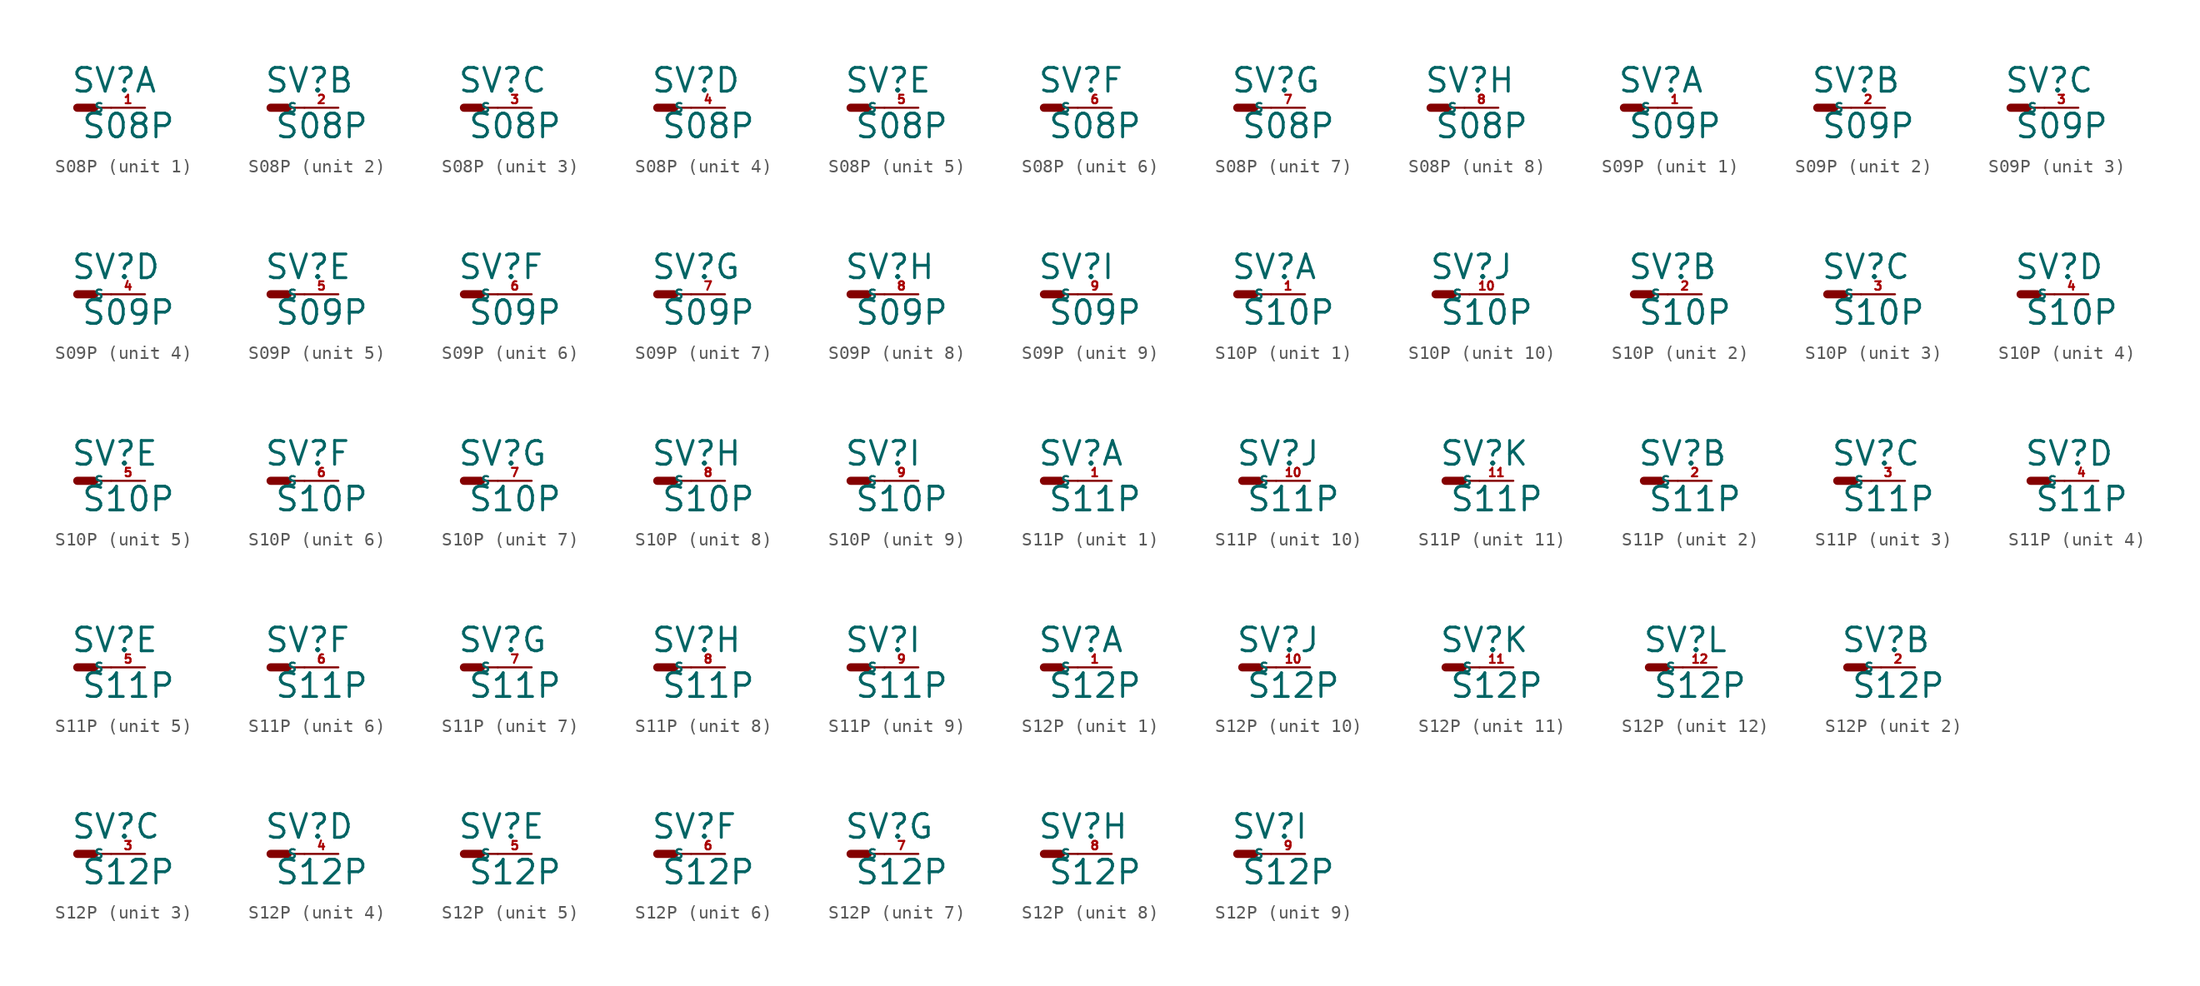
<source format=kicad_sym>
(kicad_symbol_lib
  (version 20220914)
  (generator Eagle2Kicad)
  (symbol "S08P"
    (property "Reference" "SV"
      (at -0.508 1.016 0)
      (effects (font (size 1.778 1.778) (thickness 0.22)) (justify left bottom)))
    (property "Value" "S08P"
      (at 0.254 -2.413 0)
      (effects (font (size 1.778 1.778) (thickness 0.22)) (justify left bottom)))
    (symbol "S08P_1_0"
      (polyline (pts (xy 1.27 0) (xy 2.54 0)) (stroke (width 0.152) (type default)) (fill (type none)))
      (polyline (pts (xy 0 0) (xy 1.27 0)) (stroke (width 0.61) (type default)) (fill (type none)))
      (pin passive line (at 5.08 0 180) (length 2.54) (name "S" (effects (font (size 0.635 0.635) (thickness 0.08)) (justify left bottom))) (number "1" (effects (font (size 0.635 0.635) (thickness 0.08)) (justify left bottom)))))
    (symbol "S08P_2_0"
      (polyline (pts (xy 1.27 0) (xy 2.54 0)) (stroke (width 0.152) (type default)) (fill (type none)))
      (polyline (pts (xy 0 0) (xy 1.27 0)) (stroke (width 0.61) (type default)) (fill (type none)))
      (pin passive line (at 5.08 0 180) (length 2.54) (name "S" (effects (font (size 0.635 0.635) (thickness 0.08)) (justify left bottom))) (number "2" (effects (font (size 0.635 0.635) (thickness 0.08)) (justify left bottom)))))
    (symbol "S08P_3_0"
      (polyline (pts (xy 1.27 0) (xy 2.54 0)) (stroke (width 0.152) (type default)) (fill (type none)))
      (polyline (pts (xy 0 0) (xy 1.27 0)) (stroke (width 0.61) (type default)) (fill (type none)))
      (pin passive line (at 5.08 0 180) (length 2.54) (name "S" (effects (font (size 0.635 0.635) (thickness 0.08)) (justify left bottom))) (number "3" (effects (font (size 0.635 0.635) (thickness 0.08)) (justify left bottom)))))
    (symbol "S08P_4_0"
      (polyline (pts (xy 1.27 0) (xy 2.54 0)) (stroke (width 0.152) (type default)) (fill (type none)))
      (polyline (pts (xy 0 0) (xy 1.27 0)) (stroke (width 0.61) (type default)) (fill (type none)))
      (pin passive line (at 5.08 0 180) (length 2.54) (name "S" (effects (font (size 0.635 0.635) (thickness 0.08)) (justify left bottom))) (number "4" (effects (font (size 0.635 0.635) (thickness 0.08)) (justify left bottom)))))
    (symbol "S08P_5_0"
      (polyline (pts (xy 1.27 0) (xy 2.54 0)) (stroke (width 0.152) (type default)) (fill (type none)))
      (polyline (pts (xy 0 0) (xy 1.27 0)) (stroke (width 0.61) (type default)) (fill (type none)))
      (pin passive line (at 5.08 0 180) (length 2.54) (name "S" (effects (font (size 0.635 0.635) (thickness 0.08)) (justify left bottom))) (number "5" (effects (font (size 0.635 0.635) (thickness 0.08)) (justify left bottom)))))
    (symbol "S08P_6_0"
      (polyline (pts (xy 1.27 0) (xy 2.54 0)) (stroke (width 0.152) (type default)) (fill (type none)))
      (polyline (pts (xy 0 0) (xy 1.27 0)) (stroke (width 0.61) (type default)) (fill (type none)))
      (pin passive line (at 5.08 0 180) (length 2.54) (name "S" (effects (font (size 0.635 0.635) (thickness 0.08)) (justify left bottom))) (number "6" (effects (font (size 0.635 0.635) (thickness 0.08)) (justify left bottom)))))
    (symbol "S08P_7_0"
      (polyline (pts (xy 1.27 0) (xy 2.54 0)) (stroke (width 0.152) (type default)) (fill (type none)))
      (polyline (pts (xy 0 0) (xy 1.27 0)) (stroke (width 0.61) (type default)) (fill (type none)))
      (pin passive line (at 5.08 0 180) (length 2.54) (name "S" (effects (font (size 0.635 0.635) (thickness 0.08)) (justify left bottom))) (number "7" (effects (font (size 0.635 0.635) (thickness 0.08)) (justify left bottom)))))
    (symbol "S08P_8_0"
      (polyline (pts (xy 1.27 0) (xy 2.54 0)) (stroke (width 0.152) (type default)) (fill (type none)))
      (polyline (pts (xy 0 0) (xy 1.27 0)) (stroke (width 0.61) (type default)) (fill (type none)))
      (pin passive line (at 5.08 0 180) (length 2.54) (name "S" (effects (font (size 0.635 0.635) (thickness 0.08)) (justify left bottom))) (number "8" (effects (font (size 0.635 0.635) (thickness 0.08)) (justify left bottom))))))
  (symbol "S09P"
    (property "Reference" "SV"
      (at -0.508 1.016 0)
      (effects (font (size 1.778 1.778) (thickness 0.22)) (justify left bottom)))
    (property "Value" "S09P"
      (at 0.254 -2.413 0)
      (effects (font (size 1.778 1.778) (thickness 0.22)) (justify left bottom)))
    (symbol "S09P_1_0"
      (polyline (pts (xy 1.27 0) (xy 2.54 0)) (stroke (width 0.152) (type default)) (fill (type none)))
      (polyline (pts (xy 0 0) (xy 1.27 0)) (stroke (width 0.61) (type default)) (fill (type none)))
      (pin passive line (at 5.08 0 180) (length 2.54) (name "S" (effects (font (size 0.635 0.635) (thickness 0.08)) (justify left bottom))) (number "1" (effects (font (size 0.635 0.635) (thickness 0.08)) (justify left bottom)))))
    (symbol "S09P_2_0"
      (polyline (pts (xy 1.27 0) (xy 2.54 0)) (stroke (width 0.152) (type default)) (fill (type none)))
      (polyline (pts (xy 0 0) (xy 1.27 0)) (stroke (width 0.61) (type default)) (fill (type none)))
      (pin passive line (at 5.08 0 180) (length 2.54) (name "S" (effects (font (size 0.635 0.635) (thickness 0.08)) (justify left bottom))) (number "2" (effects (font (size 0.635 0.635) (thickness 0.08)) (justify left bottom)))))
    (symbol "S09P_3_0"
      (polyline (pts (xy 1.27 0) (xy 2.54 0)) (stroke (width 0.152) (type default)) (fill (type none)))
      (polyline (pts (xy 0 0) (xy 1.27 0)) (stroke (width 0.61) (type default)) (fill (type none)))
      (pin passive line (at 5.08 0 180) (length 2.54) (name "S" (effects (font (size 0.635 0.635) (thickness 0.08)) (justify left bottom))) (number "3" (effects (font (size 0.635 0.635) (thickness 0.08)) (justify left bottom)))))
    (symbol "S09P_4_0"
      (polyline (pts (xy 1.27 0) (xy 2.54 0)) (stroke (width 0.152) (type default)) (fill (type none)))
      (polyline (pts (xy 0 0) (xy 1.27 0)) (stroke (width 0.61) (type default)) (fill (type none)))
      (pin passive line (at 5.08 0 180) (length 2.54) (name "S" (effects (font (size 0.635 0.635) (thickness 0.08)) (justify left bottom))) (number "4" (effects (font (size 0.635 0.635) (thickness 0.08)) (justify left bottom)))))
    (symbol "S09P_5_0"
      (polyline (pts (xy 1.27 0) (xy 2.54 0)) (stroke (width 0.152) (type default)) (fill (type none)))
      (polyline (pts (xy 0 0) (xy 1.27 0)) (stroke (width 0.61) (type default)) (fill (type none)))
      (pin passive line (at 5.08 0 180) (length 2.54) (name "S" (effects (font (size 0.635 0.635) (thickness 0.08)) (justify left bottom))) (number "5" (effects (font (size 0.635 0.635) (thickness 0.08)) (justify left bottom)))))
    (symbol "S09P_6_0"
      (polyline (pts (xy 1.27 0) (xy 2.54 0)) (stroke (width 0.152) (type default)) (fill (type none)))
      (polyline (pts (xy 0 0) (xy 1.27 0)) (stroke (width 0.61) (type default)) (fill (type none)))
      (pin passive line (at 5.08 0 180) (length 2.54) (name "S" (effects (font (size 0.635 0.635) (thickness 0.08)) (justify left bottom))) (number "6" (effects (font (size 0.635 0.635) (thickness 0.08)) (justify left bottom)))))
    (symbol "S09P_7_0"
      (polyline (pts (xy 1.27 0) (xy 2.54 0)) (stroke (width 0.152) (type default)) (fill (type none)))
      (polyline (pts (xy 0 0) (xy 1.27 0)) (stroke (width 0.61) (type default)) (fill (type none)))
      (pin passive line (at 5.08 0 180) (length 2.54) (name "S" (effects (font (size 0.635 0.635) (thickness 0.08)) (justify left bottom))) (number "7" (effects (font (size 0.635 0.635) (thickness 0.08)) (justify left bottom)))))
    (symbol "S09P_8_0"
      (polyline (pts (xy 1.27 0) (xy 2.54 0)) (stroke (width 0.152) (type default)) (fill (type none)))
      (polyline (pts (xy 0 0) (xy 1.27 0)) (stroke (width 0.61) (type default)) (fill (type none)))
      (pin passive line (at 5.08 0 180) (length 2.54) (name "S" (effects (font (size 0.635 0.635) (thickness 0.08)) (justify left bottom))) (number "8" (effects (font (size 0.635 0.635) (thickness 0.08)) (justify left bottom)))))
    (symbol "S09P_9_0"
      (polyline (pts (xy 1.27 0) (xy 2.54 0)) (stroke (width 0.152) (type default)) (fill (type none)))
      (polyline (pts (xy 0 0) (xy 1.27 0)) (stroke (width 0.61) (type default)) (fill (type none)))
      (pin passive line (at 5.08 0 180) (length 2.54) (name "S" (effects (font (size 0.635 0.635) (thickness 0.08)) (justify left bottom))) (number "9" (effects (font (size 0.635 0.635) (thickness 0.08)) (justify left bottom))))))
  (symbol "S10P"
    (property "Reference" "SV"
      (at -0.508 1.016 0)
      (effects (font (size 1.778 1.778) (thickness 0.22)) (justify left bottom)))
    (property "Value" "S10P"
      (at 0.254 -2.413 0)
      (effects (font (size 1.778 1.778) (thickness 0.22)) (justify left bottom)))
    (symbol "S10P_1_0"
      (polyline (pts (xy 1.27 0) (xy 2.54 0)) (stroke (width 0.152) (type default)) (fill (type none)))
      (polyline (pts (xy 0 0) (xy 1.27 0)) (stroke (width 0.61) (type default)) (fill (type none)))
      (pin passive line (at 5.08 0 180) (length 2.54) (name "S" (effects (font (size 0.635 0.635) (thickness 0.08)) (justify left bottom))) (number "1" (effects (font (size 0.635 0.635) (thickness 0.08)) (justify left bottom)))))
    (symbol "S10P_2_0"
      (polyline (pts (xy 1.27 0) (xy 2.54 0)) (stroke (width 0.152) (type default)) (fill (type none)))
      (polyline (pts (xy 0 0) (xy 1.27 0)) (stroke (width 0.61) (type default)) (fill (type none)))
      (pin passive line (at 5.08 0 180) (length 2.54) (name "S" (effects (font (size 0.635 0.635) (thickness 0.08)) (justify left bottom))) (number "2" (effects (font (size 0.635 0.635) (thickness 0.08)) (justify left bottom)))))
    (symbol "S10P_3_0"
      (polyline (pts (xy 1.27 0) (xy 2.54 0)) (stroke (width 0.152) (type default)) (fill (type none)))
      (polyline (pts (xy 0 0) (xy 1.27 0)) (stroke (width 0.61) (type default)) (fill (type none)))
      (pin passive line (at 5.08 0 180) (length 2.54) (name "S" (effects (font (size 0.635 0.635) (thickness 0.08)) (justify left bottom))) (number "3" (effects (font (size 0.635 0.635) (thickness 0.08)) (justify left bottom)))))
    (symbol "S10P_4_0"
      (polyline (pts (xy 1.27 0) (xy 2.54 0)) (stroke (width 0.152) (type default)) (fill (type none)))
      (polyline (pts (xy 0 0) (xy 1.27 0)) (stroke (width 0.61) (type default)) (fill (type none)))
      (pin passive line (at 5.08 0 180) (length 2.54) (name "S" (effects (font (size 0.635 0.635) (thickness 0.08)) (justify left bottom))) (number "4" (effects (font (size 0.635 0.635) (thickness 0.08)) (justify left bottom)))))
    (symbol "S10P_5_0"
      (polyline (pts (xy 1.27 0) (xy 2.54 0)) (stroke (width 0.152) (type default)) (fill (type none)))
      (polyline (pts (xy 0 0) (xy 1.27 0)) (stroke (width 0.61) (type default)) (fill (type none)))
      (pin passive line (at 5.08 0 180) (length 2.54) (name "S" (effects (font (size 0.635 0.635) (thickness 0.08)) (justify left bottom))) (number "5" (effects (font (size 0.635 0.635) (thickness 0.08)) (justify left bottom)))))
    (symbol "S10P_6_0"
      (polyline (pts (xy 1.27 0) (xy 2.54 0)) (stroke (width 0.152) (type default)) (fill (type none)))
      (polyline (pts (xy 0 0) (xy 1.27 0)) (stroke (width 0.61) (type default)) (fill (type none)))
      (pin passive line (at 5.08 0 180) (length 2.54) (name "S" (effects (font (size 0.635 0.635) (thickness 0.08)) (justify left bottom))) (number "6" (effects (font (size 0.635 0.635) (thickness 0.08)) (justify left bottom)))))
    (symbol "S10P_7_0"
      (polyline (pts (xy 1.27 0) (xy 2.54 0)) (stroke (width 0.152) (type default)) (fill (type none)))
      (polyline (pts (xy 0 0) (xy 1.27 0)) (stroke (width 0.61) (type default)) (fill (type none)))
      (pin passive line (at 5.08 0 180) (length 2.54) (name "S" (effects (font (size 0.635 0.635) (thickness 0.08)) (justify left bottom))) (number "7" (effects (font (size 0.635 0.635) (thickness 0.08)) (justify left bottom)))))
    (symbol "S10P_8_0"
      (polyline (pts (xy 1.27 0) (xy 2.54 0)) (stroke (width 0.152) (type default)) (fill (type none)))
      (polyline (pts (xy 0 0) (xy 1.27 0)) (stroke (width 0.61) (type default)) (fill (type none)))
      (pin passive line (at 5.08 0 180) (length 2.54) (name "S" (effects (font (size 0.635 0.635) (thickness 0.08)) (justify left bottom))) (number "8" (effects (font (size 0.635 0.635) (thickness 0.08)) (justify left bottom)))))
    (symbol "S10P_9_0"
      (polyline (pts (xy 1.27 0) (xy 2.54 0)) (stroke (width 0.152) (type default)) (fill (type none)))
      (polyline (pts (xy 0 0) (xy 1.27 0)) (stroke (width 0.61) (type default)) (fill (type none)))
      (pin passive line (at 5.08 0 180) (length 2.54) (name "S" (effects (font (size 0.635 0.635) (thickness 0.08)) (justify left bottom))) (number "9" (effects (font (size 0.635 0.635) (thickness 0.08)) (justify left bottom)))))
    (symbol "S10P_10_0"
      (polyline (pts (xy 1.27 0) (xy 2.54 0)) (stroke (width 0.152) (type default)) (fill (type none)))
      (polyline (pts (xy 0 0) (xy 1.27 0)) (stroke (width 0.61) (type default)) (fill (type none)))
      (pin passive line (at 5.08 0 180) (length 2.54) (name "S" (effects (font (size 0.635 0.635) (thickness 0.08)) (justify left bottom))) (number "10" (effects (font (size 0.635 0.635) (thickness 0.08)) (justify left bottom))))))
  (symbol "S11P"
    (property "Reference" "SV"
      (at -0.508 1.016 0)
      (effects (font (size 1.778 1.778) (thickness 0.22)) (justify left bottom)))
    (property "Value" "S11P"
      (at 0.254 -2.413 0)
      (effects (font (size 1.778 1.778) (thickness 0.22)) (justify left bottom)))
    (symbol "S11P_1_0"
      (polyline (pts (xy 1.27 0) (xy 2.54 0)) (stroke (width 0.152) (type default)) (fill (type none)))
      (polyline (pts (xy 0 0) (xy 1.27 0)) (stroke (width 0.61) (type default)) (fill (type none)))
      (pin passive line (at 5.08 0 180) (length 2.54) (name "S" (effects (font (size 0.635 0.635) (thickness 0.08)) (justify left bottom))) (number "1" (effects (font (size 0.635 0.635) (thickness 0.08)) (justify left bottom)))))
    (symbol "S11P_2_0"
      (polyline (pts (xy 1.27 0) (xy 2.54 0)) (stroke (width 0.152) (type default)) (fill (type none)))
      (polyline (pts (xy 0 0) (xy 1.27 0)) (stroke (width 0.61) (type default)) (fill (type none)))
      (pin passive line (at 5.08 0 180) (length 2.54) (name "S" (effects (font (size 0.635 0.635) (thickness 0.08)) (justify left bottom))) (number "2" (effects (font (size 0.635 0.635) (thickness 0.08)) (justify left bottom)))))
    (symbol "S11P_3_0"
      (polyline (pts (xy 1.27 0) (xy 2.54 0)) (stroke (width 0.152) (type default)) (fill (type none)))
      (polyline (pts (xy 0 0) (xy 1.27 0)) (stroke (width 0.61) (type default)) (fill (type none)))
      (pin passive line (at 5.08 0 180) (length 2.54) (name "S" (effects (font (size 0.635 0.635) (thickness 0.08)) (justify left bottom))) (number "3" (effects (font (size 0.635 0.635) (thickness 0.08)) (justify left bottom)))))
    (symbol "S11P_4_0"
      (polyline (pts (xy 1.27 0) (xy 2.54 0)) (stroke (width 0.152) (type default)) (fill (type none)))
      (polyline (pts (xy 0 0) (xy 1.27 0)) (stroke (width 0.61) (type default)) (fill (type none)))
      (pin passive line (at 5.08 0 180) (length 2.54) (name "S" (effects (font (size 0.635 0.635) (thickness 0.08)) (justify left bottom))) (number "4" (effects (font (size 0.635 0.635) (thickness 0.08)) (justify left bottom)))))
    (symbol "S11P_5_0"
      (polyline (pts (xy 1.27 0) (xy 2.54 0)) (stroke (width 0.152) (type default)) (fill (type none)))
      (polyline (pts (xy 0 0) (xy 1.27 0)) (stroke (width 0.61) (type default)) (fill (type none)))
      (pin passive line (at 5.08 0 180) (length 2.54) (name "S" (effects (font (size 0.635 0.635) (thickness 0.08)) (justify left bottom))) (number "5" (effects (font (size 0.635 0.635) (thickness 0.08)) (justify left bottom)))))
    (symbol "S11P_6_0"
      (polyline (pts (xy 1.27 0) (xy 2.54 0)) (stroke (width 0.152) (type default)) (fill (type none)))
      (polyline (pts (xy 0 0) (xy 1.27 0)) (stroke (width 0.61) (type default)) (fill (type none)))
      (pin passive line (at 5.08 0 180) (length 2.54) (name "S" (effects (font (size 0.635 0.635) (thickness 0.08)) (justify left bottom))) (number "6" (effects (font (size 0.635 0.635) (thickness 0.08)) (justify left bottom)))))
    (symbol "S11P_7_0"
      (polyline (pts (xy 1.27 0) (xy 2.54 0)) (stroke (width 0.152) (type default)) (fill (type none)))
      (polyline (pts (xy 0 0) (xy 1.27 0)) (stroke (width 0.61) (type default)) (fill (type none)))
      (pin passive line (at 5.08 0 180) (length 2.54) (name "S" (effects (font (size 0.635 0.635) (thickness 0.08)) (justify left bottom))) (number "7" (effects (font (size 0.635 0.635) (thickness 0.08)) (justify left bottom)))))
    (symbol "S11P_8_0"
      (polyline (pts (xy 1.27 0) (xy 2.54 0)) (stroke (width 0.152) (type default)) (fill (type none)))
      (polyline (pts (xy 0 0) (xy 1.27 0)) (stroke (width 0.61) (type default)) (fill (type none)))
      (pin passive line (at 5.08 0 180) (length 2.54) (name "S" (effects (font (size 0.635 0.635) (thickness 0.08)) (justify left bottom))) (number "8" (effects (font (size 0.635 0.635) (thickness 0.08)) (justify left bottom)))))
    (symbol "S11P_9_0"
      (polyline (pts (xy 1.27 0) (xy 2.54 0)) (stroke (width 0.152) (type default)) (fill (type none)))
      (polyline (pts (xy 0 0) (xy 1.27 0)) (stroke (width 0.61) (type default)) (fill (type none)))
      (pin passive line (at 5.08 0 180) (length 2.54) (name "S" (effects (font (size 0.635 0.635) (thickness 0.08)) (justify left bottom))) (number "9" (effects (font (size 0.635 0.635) (thickness 0.08)) (justify left bottom)))))
    (symbol "S11P_10_0"
      (polyline (pts (xy 1.27 0) (xy 2.54 0)) (stroke (width 0.152) (type default)) (fill (type none)))
      (polyline (pts (xy 0 0) (xy 1.27 0)) (stroke (width 0.61) (type default)) (fill (type none)))
      (pin passive line (at 5.08 0 180) (length 2.54) (name "S" (effects (font (size 0.635 0.635) (thickness 0.08)) (justify left bottom))) (number "10" (effects (font (size 0.635 0.635) (thickness 0.08)) (justify left bottom)))))
    (symbol "S11P_11_0"
      (polyline (pts (xy 1.27 0) (xy 2.54 0)) (stroke (width 0.152) (type default)) (fill (type none)))
      (polyline (pts (xy 0 0) (xy 1.27 0)) (stroke (width 0.61) (type default)) (fill (type none)))
      (pin passive line (at 5.08 0 180) (length 2.54) (name "S" (effects (font (size 0.635 0.635) (thickness 0.08)) (justify left bottom))) (number "11" (effects (font (size 0.635 0.635) (thickness 0.08)) (justify left bottom))))))
  (symbol "S12P"
    (property "Reference" "SV"
      (at -0.508 1.016 0)
      (effects (font (size 1.778 1.778) (thickness 0.22)) (justify left bottom)))
    (property "Value" "S12P"
      (at 0.254 -2.413 0)
      (effects (font (size 1.778 1.778) (thickness 0.22)) (justify left bottom)))
    (symbol "S12P_1_0"
      (polyline (pts (xy 1.27 0) (xy 2.54 0)) (stroke (width 0.152) (type default)) (fill (type none)))
      (polyline (pts (xy 0 0) (xy 1.27 0)) (stroke (width 0.61) (type default)) (fill (type none)))
      (pin passive line (at 5.08 0 180) (length 2.54) (name "S" (effects (font (size 0.635 0.635) (thickness 0.08)) (justify left bottom))) (number "1" (effects (font (size 0.635 0.635) (thickness 0.08)) (justify left bottom)))))
    (symbol "S12P_2_0"
      (polyline (pts (xy 1.27 0) (xy 2.54 0)) (stroke (width 0.152) (type default)) (fill (type none)))
      (polyline (pts (xy 0 0) (xy 1.27 0)) (stroke (width 0.61) (type default)) (fill (type none)))
      (pin passive line (at 5.08 0 180) (length 2.54) (name "S" (effects (font (size 0.635 0.635) (thickness 0.08)) (justify left bottom))) (number "2" (effects (font (size 0.635 0.635) (thickness 0.08)) (justify left bottom)))))
    (symbol "S12P_3_0"
      (polyline (pts (xy 1.27 0) (xy 2.54 0)) (stroke (width 0.152) (type default)) (fill (type none)))
      (polyline (pts (xy 0 0) (xy 1.27 0)) (stroke (width 0.61) (type default)) (fill (type none)))
      (pin passive line (at 5.08 0 180) (length 2.54) (name "S" (effects (font (size 0.635 0.635) (thickness 0.08)) (justify left bottom))) (number "3" (effects (font (size 0.635 0.635) (thickness 0.08)) (justify left bottom)))))
    (symbol "S12P_4_0"
      (polyline (pts (xy 1.27 0) (xy 2.54 0)) (stroke (width 0.152) (type default)) (fill (type none)))
      (polyline (pts (xy 0 0) (xy 1.27 0)) (stroke (width 0.61) (type default)) (fill (type none)))
      (pin passive line (at 5.08 0 180) (length 2.54) (name "S" (effects (font (size 0.635 0.635) (thickness 0.08)) (justify left bottom))) (number "4" (effects (font (size 0.635 0.635) (thickness 0.08)) (justify left bottom)))))
    (symbol "S12P_5_0"
      (polyline (pts (xy 1.27 0) (xy 2.54 0)) (stroke (width 0.152) (type default)) (fill (type none)))
      (polyline (pts (xy 0 0) (xy 1.27 0)) (stroke (width 0.61) (type default)) (fill (type none)))
      (pin passive line (at 5.08 0 180) (length 2.54) (name "S" (effects (font (size 0.635 0.635) (thickness 0.08)) (justify left bottom))) (number "5" (effects (font (size 0.635 0.635) (thickness 0.08)) (justify left bottom)))))
    (symbol "S12P_6_0"
      (polyline (pts (xy 1.27 0) (xy 2.54 0)) (stroke (width 0.152) (type default)) (fill (type none)))
      (polyline (pts (xy 0 0) (xy 1.27 0)) (stroke (width 0.61) (type default)) (fill (type none)))
      (pin passive line (at 5.08 0 180) (length 2.54) (name "S" (effects (font (size 0.635 0.635) (thickness 0.08)) (justify left bottom))) (number "6" (effects (font (size 0.635 0.635) (thickness 0.08)) (justify left bottom)))))
    (symbol "S12P_7_0"
      (polyline (pts (xy 1.27 0) (xy 2.54 0)) (stroke (width 0.152) (type default)) (fill (type none)))
      (polyline (pts (xy 0 0) (xy 1.27 0)) (stroke (width 0.61) (type default)) (fill (type none)))
      (pin passive line (at 5.08 0 180) (length 2.54) (name "S" (effects (font (size 0.635 0.635) (thickness 0.08)) (justify left bottom))) (number "7" (effects (font (size 0.635 0.635) (thickness 0.08)) (justify left bottom)))))
    (symbol "S12P_8_0"
      (polyline (pts (xy 1.27 0) (xy 2.54 0)) (stroke (width 0.152) (type default)) (fill (type none)))
      (polyline (pts (xy 0 0) (xy 1.27 0)) (stroke (width 0.61) (type default)) (fill (type none)))
      (pin passive line (at 5.08 0 180) (length 2.54) (name "S" (effects (font (size 0.635 0.635) (thickness 0.08)) (justify left bottom))) (number "8" (effects (font (size 0.635 0.635) (thickness 0.08)) (justify left bottom)))))
    (symbol "S12P_9_0"
      (polyline (pts (xy 1.27 0) (xy 2.54 0)) (stroke (width 0.152) (type default)) (fill (type none)))
      (polyline (pts (xy 0 0) (xy 1.27 0)) (stroke (width 0.61) (type default)) (fill (type none)))
      (pin passive line (at 5.08 0 180) (length 2.54) (name "S" (effects (font (size 0.635 0.635) (thickness 0.08)) (justify left bottom))) (number "9" (effects (font (size 0.635 0.635) (thickness 0.08)) (justify left bottom)))))
    (symbol "S12P_10_0"
      (polyline (pts (xy 1.27 0) (xy 2.54 0)) (stroke (width 0.152) (type default)) (fill (type none)))
      (polyline (pts (xy 0 0) (xy 1.27 0)) (stroke (width 0.61) (type default)) (fill (type none)))
      (pin passive line (at 5.08 0 180) (length 2.54) (name "S" (effects (font (size 0.635 0.635) (thickness 0.08)) (justify left bottom))) (number "10" (effects (font (size 0.635 0.635) (thickness 0.08)) (justify left bottom)))))
    (symbol "S12P_11_0"
      (polyline (pts (xy 1.27 0) (xy 2.54 0)) (stroke (width 0.152) (type default)) (fill (type none)))
      (polyline (pts (xy 0 0) (xy 1.27 0)) (stroke (width 0.61) (type default)) (fill (type none)))
      (pin passive line (at 5.08 0 180) (length 2.54) (name "S" (effects (font (size 0.635 0.635) (thickness 0.08)) (justify left bottom))) (number "11" (effects (font (size 0.635 0.635) (thickness 0.08)) (justify left bottom)))))
    (symbol "S12P_12_0"
      (polyline (pts (xy 1.27 0) (xy 2.54 0)) (stroke (width 0.152) (type default)) (fill (type none)))
      (polyline (pts (xy 0 0) (xy 1.27 0)) (stroke (width 0.61) (type default)) (fill (type none)))
      (pin passive line (at 5.08 0 180) (length 2.54) (name "S" (effects (font (size 0.635 0.635) (thickness 0.08)) (justify left bottom))) (number "12" (effects (font (size 0.635 0.635) (thickness 0.08)) (justify left bottom)))))))
</source>
